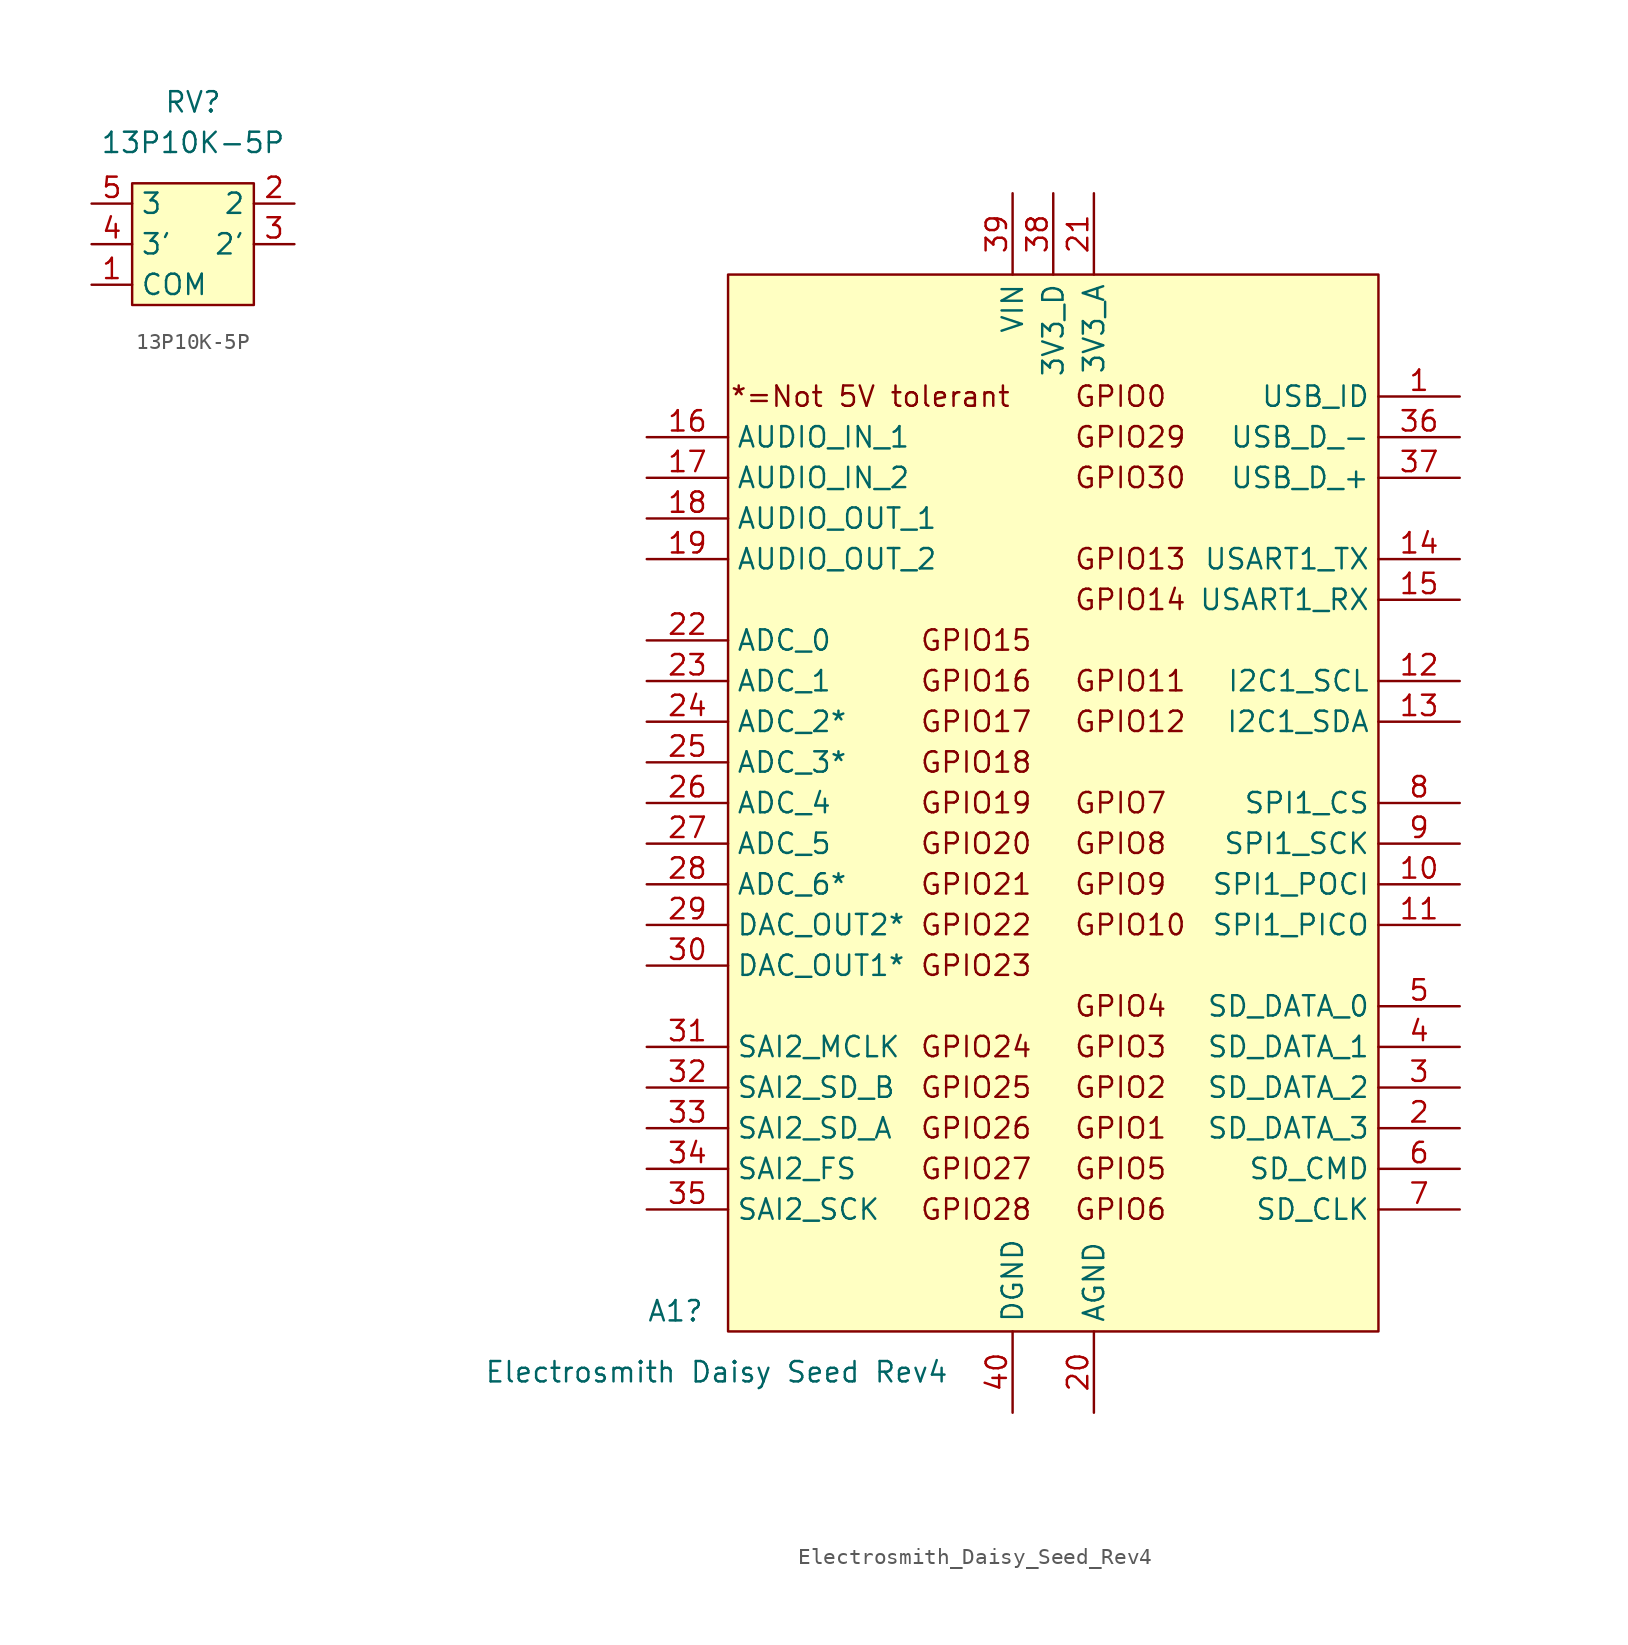
<source format=kicad_sym>
(kicad_symbol_lib
  (version 20220914)
  (generator kicad_symbol_editor)
  (symbol "13P10K-5P"
    (property "Reference" "RV"
      (at 0 3.81 0)
      (effects (font (size 1.27 1.27))))
    (property "Value" "13P10K-5P"
      (at 0 1.27 0)
      (effects (font (size 1.27 1.27))))
    (symbol "13P10K-5P_1_1"
      (rectangle (start -3.81 -1.27) (end 3.81 -8.89) (stroke (width 0) (type default)) (fill (type background)))
      (pin passive line (at -6.35 -7.62 0) (length 2.54) (name "COM" (effects (font (size 1.27 1.27)))) (number "1" (effects (font (size 1.27 1.27)))))
      (pin passive line (at 6.35 -2.54 180) (length 2.54) (name "2" (effects (font (size 1.27 1.27)))) (number "2" (effects (font (size 1.27 1.27)))))
      (pin passive line (at 6.35 -5.08 180) (length 2.54) (name "2'" (effects (font (size 1.27 1.27)))) (number "3" (effects (font (size 1.27 1.27)))))
      (pin passive line (at -6.35 -5.08 0) (length 2.54) (name "3'" (effects (font (size 1.27 1.27)))) (number "4" (effects (font (size 1.27 1.27)))))
      (pin passive line (at -6.35 -2.54 0) (length 2.54) (name "3" (effects (font (size 1.27 1.27)))) (number "5" (effects (font (size 1.27 1.27)))))))
  (symbol "Electrosmith_Daisy_Seed_Rev4"
    (property "Reference" "A1"
      (at -25.4 -31.75 0)
      (effects (font (size 1.27 1.27)) (justify left)))
    (property "Value" "Electrosmith Daisy Seed Rev4"
      (at -35.56 -35.56 0)
      (effects (font (size 1.27 1.27)) (justify left)))
    (symbol "Electrosmith_Daisy_Seed_Rev4_0_0"
      (text "GPIO0" (at 1.27 25.4 0) (effects (font (size 1.27 1.27)) (justify left)))
      (text "GPIO1" (at 1.27 -20.32 0) (effects (font (size 1.27 1.27)) (justify left)))
      (text "GPIO10" (at 1.27 -7.62 0) (effects (font (size 1.27 1.27)) (justify left)))
      (text "GPIO11" (at 1.27 7.62 0) (effects (font (size 1.27 1.27)) (justify left)))
      (text "GPIO12" (at 1.27 5.08 0) (effects (font (size 1.27 1.27)) (justify left)))
      (text "GPIO13" (at 1.27 15.24 0) (effects (font (size 1.27 1.27)) (justify left)))
      (text "GPIO14" (at 1.27 12.7 0) (effects (font (size 1.27 1.27)) (justify left)))
      (text "GPIO15" (at -1.27 10.16 0) (effects (font (size 1.27 1.27)) (justify right)))
      (text "GPIO16" (at -1.27 7.62 0) (effects (font (size 1.27 1.27)) (justify right)))
      (text "GPIO17" (at -1.27 5.08 0) (effects (font (size 1.27 1.27)) (justify right)))
      (text "GPIO18" (at -1.27 2.54 0) (effects (font (size 1.27 1.27)) (justify right)))
      (text "GPIO19" (at -1.27 0 0) (effects (font (size 1.27 1.27)) (justify right)))
      (text "GPIO2" (at 1.27 -17.78 0) (effects (font (size 1.27 1.27)) (justify left)))
      (text "GPIO20" (at -1.27 -2.54 0) (effects (font (size 1.27 1.27)) (justify right)))
      (text "GPIO21" (at -1.27 -5.08 0) (effects (font (size 1.27 1.27)) (justify right)))
      (text "GPIO22" (at -1.27 -7.62 0) (effects (font (size 1.27 1.27)) (justify right)))
      (text "GPIO23" (at -1.27 -10.16 0) (effects (font (size 1.27 1.27)) (justify right)))
      (text "GPIO24" (at -1.27 -15.24 0) (effects (font (size 1.27 1.27)) (justify right)))
      (text "GPIO25" (at -1.27 -17.78 0) (effects (font (size 1.27 1.27)) (justify right)))
      (text "GPIO26" (at -1.27 -20.32 0) (effects (font (size 1.27 1.27)) (justify right)))
      (text "GPIO27" (at -1.27 -22.86 0) (effects (font (size 1.27 1.27)) (justify right)))
      (text "GPIO28" (at -1.27 -25.4 0) (effects (font (size 1.27 1.27)) (justify right)))
      (text "GPIO29" (at 1.27 22.86 0) (effects (font (size 1.27 1.27)) (justify left)))
      (text "GPIO3" (at 1.27 -15.24 0) (effects (font (size 1.27 1.27)) (justify left)))
      (text "GPIO30" (at 1.27 20.32 0) (effects (font (size 1.27 1.27)) (justify left)))
      (text "GPIO4" (at 1.27 -12.7 0) (effects (font (size 1.27 1.27)) (justify left)))
      (text "GPIO5" (at 1.27 -22.86 0) (effects (font (size 1.27 1.27)) (justify left)))
      (text "GPIO6" (at 1.27 -25.4 0) (effects (font (size 1.27 1.27)) (justify left)))
      (text "GPIO7" (at 1.27 0 0) (effects (font (size 1.27 1.27)) (justify left)))
      (text "GPIO8" (at 1.27 -2.54 0) (effects (font (size 1.27 1.27)) (justify left)))
      (text "GPIO9" (at 1.27 -5.08 0) (effects (font (size 1.27 1.27)) (justify left)))
      (pin bidirectional line (at 25.4 25.4 180) (length 5.08) (name "USB_ID" (effects (font (size 1.27 1.27)))) (number "1" (effects (font (size 1.27 1.27)))))
      (pin bidirectional line (at 25.4 -5.08 180) (length 5.08) (name "SPI1_POCI" (effects (font (size 1.27 1.27)))) (number "10" (effects (font (size 1.27 1.27)))))
      (pin bidirectional line (at 25.4 -7.62 180) (length 5.08) (name "SPI1_PICO" (effects (font (size 1.27 1.27)))) (number "11" (effects (font (size 1.27 1.27)))))
      (pin bidirectional line (at 25.4 7.62 180) (length 5.08) (name "I2C1_SCL" (effects (font (size 1.27 1.27)))) (number "12" (effects (font (size 1.27 1.27)))))
      (pin bidirectional line (at 25.4 5.08 180) (length 5.08) (name "I2C1_SDA" (effects (font (size 1.27 1.27)))) (number "13" (effects (font (size 1.27 1.27)))))
      (pin bidirectional line (at 25.4 15.24 180) (length 5.08) (name "USART1_TX" (effects (font (size 1.27 1.27)))) (number "14" (effects (font (size 1.27 1.27)))))
      (pin bidirectional line (at 25.4 12.7 180) (length 5.08) (name "USART1_RX" (effects (font (size 1.27 1.27)))) (number "15" (effects (font (size 1.27 1.27)))))
      (pin input line (at -25.4 22.86 0) (length 5.08) (name "AUDIO_IN_1" (effects (font (size 1.27 1.27)))) (number "16" (effects (font (size 1.27 1.27)))))
      (pin input line (at -25.4 20.32 0) (length 5.08) (name "AUDIO_IN_2" (effects (font (size 1.27 1.27)))) (number "17" (effects (font (size 1.27 1.27)))))
      (pin output line (at -25.4 17.78 0) (length 5.08) (name "AUDIO_OUT_1" (effects (font (size 1.27 1.27)))) (number "18" (effects (font (size 1.27 1.27)))))
      (pin output line (at -25.4 15.24 0) (length 5.08) (name "AUDIO_OUT_2" (effects (font (size 1.27 1.27)))) (number "19" (effects (font (size 1.27 1.27)))))
      (pin bidirectional line (at 25.4 -20.32 180) (length 5.08) (name "SD_DATA_3" (effects (font (size 1.27 1.27)))) (number "2" (effects (font (size 1.27 1.27)))))
      (pin power_in line (at 2.54 -38.1 90) (length 5.08) (name "AGND" (effects (font (size 1.27 1.27)))) (number "20" (effects (font (size 1.27 1.27)))))
      (pin power_out line (at 2.54 38.1 270) (length 5.08) (name "3V3_A" (effects (font (size 1.27 1.27)))) (number "21" (effects (font (size 1.27 1.27)))))
      (pin bidirectional line (at -25.4 10.16 0) (length 5.08) (name "ADC_0" (effects (font (size 1.27 1.27)))) (number "22" (effects (font (size 1.27 1.27)))))
      (pin bidirectional line (at -25.4 7.62 0) (length 5.08) (name "ADC_1" (effects (font (size 1.27 1.27)))) (number "23" (effects (font (size 1.27 1.27)))))
      (pin bidirectional line (at -25.4 0 0) (length 5.08) (name "ADC_4" (effects (font (size 1.27 1.27)))) (number "26" (effects (font (size 1.27 1.27)))))
      (pin bidirectional line (at -25.4 -2.54 0) (length 5.08) (name "ADC_5" (effects (font (size 1.27 1.27)))) (number "27" (effects (font (size 1.27 1.27)))))
      (pin bidirectional line (at 25.4 -17.78 180) (length 5.08) (name "SD_DATA_2" (effects (font (size 1.27 1.27)))) (number "3" (effects (font (size 1.27 1.27)))))
      (pin bidirectional line (at -25.4 -15.24 0) (length 5.08) (name "SAI2_MCLK" (effects (font (size 1.27 1.27)))) (number "31" (effects (font (size 1.27 1.27)))))
      (pin bidirectional line (at -25.4 -17.78 0) (length 5.08) (name "SAI2_SD_B" (effects (font (size 1.27 1.27)))) (number "32" (effects (font (size 1.27 1.27)))))
      (pin bidirectional line (at -25.4 -20.32 0) (length 5.08) (name "SAI2_SD_A" (effects (font (size 1.27 1.27)))) (number "33" (effects (font (size 1.27 1.27)))))
      (pin bidirectional line (at -25.4 -22.86 0) (length 5.08) (name "SAI2_FS" (effects (font (size 1.27 1.27)))) (number "34" (effects (font (size 1.27 1.27)))))
      (pin bidirectional line (at -25.4 -25.4 0) (length 5.08) (name "SAI2_SCK" (effects (font (size 1.27 1.27)))) (number "35" (effects (font (size 1.27 1.27)))))
      (pin bidirectional line (at 25.4 22.86 180) (length 5.08) (name "USB_D_-" (effects (font (size 1.27 1.27)))) (number "36" (effects (font (size 1.27 1.27)))))
      (pin bidirectional line (at 25.4 20.32 180) (length 5.08) (name "USB_D_+" (effects (font (size 1.27 1.27)))) (number "37" (effects (font (size 1.27 1.27)))))
      (pin power_out line (at 0 38.1 270) (length 5.08) (name "3V3_D" (effects (font (size 1.27 1.27)))) (number "38" (effects (font (size 1.27 1.27)))))
      (pin power_in line (at -2.54 38.1 270) (length 5.08) (name "VIN" (effects (font (size 1.27 1.27)))) (number "39" (effects (font (size 1.27 1.27)))))
      (pin bidirectional line (at 25.4 -15.24 180) (length 5.08) (name "SD_DATA_1" (effects (font (size 1.27 1.27)))) (number "4" (effects (font (size 1.27 1.27)))))
      (pin power_in line (at -2.54 -38.1 90) (length 5.08) (name "DGND" (effects (font (size 1.27 1.27)))) (number "40" (effects (font (size 1.27 1.27)))))
      (pin bidirectional line (at 25.4 -12.7 180) (length 5.08) (name "SD_DATA_0" (effects (font (size 1.27 1.27)))) (number "5" (effects (font (size 1.27 1.27)))))
      (pin bidirectional line (at 25.4 -22.86 180) (length 5.08) (name "SD_CMD" (effects (font (size 1.27 1.27)))) (number "6" (effects (font (size 1.27 1.27)))))
      (pin bidirectional line (at 25.4 -25.4 180) (length 5.08) (name "SD_CLK" (effects (font (size 1.27 1.27)))) (number "7" (effects (font (size 1.27 1.27)))))
      (pin bidirectional line (at 25.4 0 180) (length 5.08) (name "SPI1_CS" (effects (font (size 1.27 1.27)))) (number "8" (effects (font (size 1.27 1.27)))))
      (pin bidirectional line (at 25.4 -2.54 180) (length 5.08) (name "SPI1_SCK" (effects (font (size 1.27 1.27)))) (number "9" (effects (font (size 1.27 1.27))))))
    (symbol "Electrosmith_Daisy_Seed_Rev4_0_1"
      (rectangle (start -20.32 33.02) (end 20.32 -33.02) (stroke (width 0) (type default)) (fill (type background))))
    (symbol "Electrosmith_Daisy_Seed_Rev4_1_0"
      (text "*=Not 5V tolerant" (at -11.43 25.4 0) (effects (font (size 1.27 1.27))))
      (pin bidirectional line (at -25.4 5.08 0) (length 5.08) (name "ADC_2*" (effects (font (size 1.27 1.27)))) (number "24" (effects (font (size 1.27 1.27)))))
      (pin bidirectional line (at -25.4 2.54 0) (length 5.08) (name "ADC_3*" (effects (font (size 1.27 1.27)))) (number "25" (effects (font (size 1.27 1.27)))))
      (pin bidirectional line (at -25.4 -5.08 0) (length 5.08) (name "ADC_6*" (effects (font (size 1.27 1.27)))) (number "28" (effects (font (size 1.27 1.27)))))
      (pin bidirectional line (at -25.4 -7.62 0) (length 5.08) (name "DAC_OUT2*" (effects (font (size 1.27 1.27)))) (number "29" (effects (font (size 1.27 1.27)))))
      (pin bidirectional line (at -25.4 -10.16 0) (length 5.08) (name "DAC_OUT1*" (effects (font (size 1.27 1.27)))) (number "30" (effects (font (size 1.27 1.27))))))))
</source>
